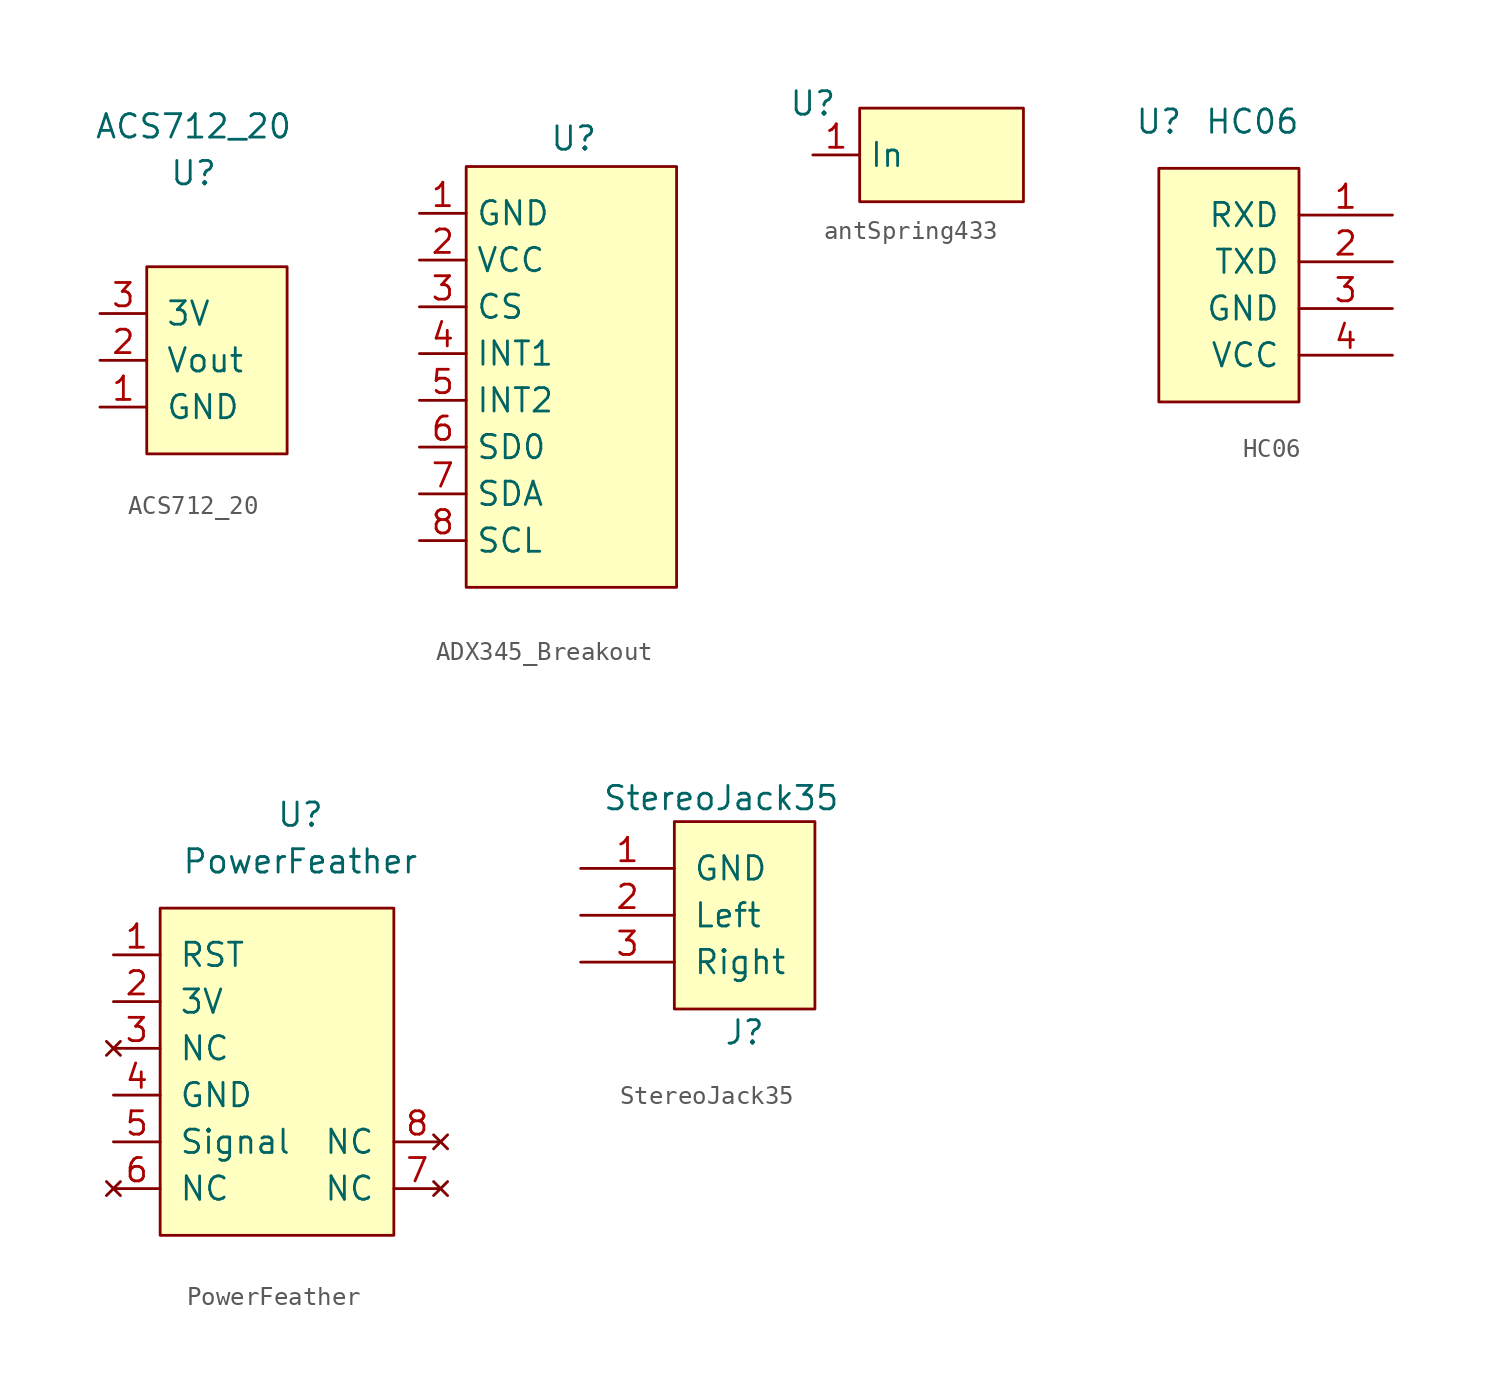
<source format=kicad_sym>
(kicad_symbol_lib
  (version 20231120)
  (generator "kicad_symbol_editor")
  (generator_version "8.0")
  (symbol "ACS712_20"
    (pin_names
      (offset 1.016))
    (property "Reference" "U"
      (at 0 10.16 0)
      (effects (font (size 1.27 1.27))))
    (property "Value" "ACS712_20"
      (at 0 12.7 0)
      (effects (font (size 1.27 1.27))))
    (symbol "ACS712_20_0_1"
      (rectangle (start -2.54 5.08) (end 5.08 -5.08) (stroke (width 0) (type solid)) (fill (type background))))
    (symbol "ACS712_20_1_1"
      (pin power_in line (at -5.08 -2.54 0) (length 2.54) (name "GND" (effects (font (size 1.27 1.27)))) (number "1" (effects (font (size 1.27 1.27)))))
      (pin passive line (at -5.08 0 0) (length 2.54) (name "Vout" (effects (font (size 1.27 1.27)))) (number "2" (effects (font (size 1.27 1.27)))))
      (pin power_in line (at -5.08 2.54 0) (length 2.54) (name "3V" (effects (font (size 1.27 1.27)))) (number "3" (effects (font (size 1.27 1.27)))))))
  (symbol "ADX345_Breakout"
    (property "Reference" "U"
      (at 5.842 1.524 0)
      (effects (font (size 1.27 1.27))))
    (property "Value" ""
      (at 0 0 0)
      (effects (font (size 1.27 1.27))))
    (symbol "ADX345_Breakout_1_1"
      (rectangle (start 0 0) (end 11.43 -22.86) (stroke (width 0) (type default)) (fill (type background)))
      (pin passive line (at -2.54 -2.54 0) (length 2.54) (name "GND" (effects (font (size 1.27 1.27)))) (number "1" (effects (font (size 1.27 1.27)))))
      (pin passive line (at -2.54 -5.08 0) (length 2.54) (name "VCC" (effects (font (size 1.27 1.27)))) (number "2" (effects (font (size 1.27 1.27)))))
      (pin passive line (at -2.54 -7.62 0) (length 2.54) (name "CS" (effects (font (size 1.27 1.27)))) (number "3" (effects (font (size 1.27 1.27)))))
      (pin passive line (at -2.54 -10.16 0) (length 2.54) (name "INT1" (effects (font (size 1.27 1.27)))) (number "4" (effects (font (size 1.27 1.27)))))
      (pin passive line (at -2.54 -12.7 0) (length 2.54) (name "INT2" (effects (font (size 1.27 1.27)))) (number "5" (effects (font (size 1.27 1.27)))))
      (pin passive line (at -2.54 -15.24 0) (length 2.54) (name "SD0" (effects (font (size 1.27 1.27)))) (number "6" (effects (font (size 1.27 1.27)))))
      (pin passive line (at -2.54 -17.78 0) (length 2.54) (name "SDA" (effects (font (size 1.27 1.27)))) (number "7" (effects (font (size 1.27 1.27)))))
      (pin passive line (at -2.54 -20.32 0) (length 2.54) (name "SCL" (effects (font (size 1.27 1.27)))) (number "8" (effects (font (size 1.27 1.27)))))))
  (symbol "antSpring433"
    (property "Reference" "U"
      (at 0 2.794 0)
      (effects (font (size 1.27 1.27))))
    (property "Value" ""
      (at 0 0 0)
      (effects (font (size 1.27 1.27))))
    (symbol "antSpring433_1_1"
      (rectangle (start 2.54 2.54) (end 11.43 -2.54) (stroke (width 0) (type default)) (fill (type background)))
      (pin passive line (at 0 0 0) (length 2.54) (name "In" (effects (font (size 1.27 1.27)))) (number "1" (effects (font (size 1.27 1.27)))))))
  (symbol "HC06"
    (pin_names
      (offset 1.016))
    (property "Reference" "U"
      (at -12.7 5.08 0)
      (effects (font (size 1.27 1.27))))
    (property "Value" "HC06"
      (at -7.62 5.08 0)
      (effects (font (size 1.27 1.27))))
    (symbol "HC06_0_1"
      (rectangle (start -5.08 -10.16) (end -12.7 2.54) (stroke (width 0) (type solid)) (fill (type background))))
    (symbol "HC06_1_1"
      (pin passive line (at 0 0 180) (length 5.08) (name "RXD" (effects (font (size 1.27 1.27)))) (number "1" (effects (font (size 1.27 1.27)))))
      (pin passive line (at 0 -2.54 180) (length 5.08) (name "TXD" (effects (font (size 1.27 1.27)))) (number "2" (effects (font (size 1.27 1.27)))))
      (pin power_in line (at 0 -5.08 180) (length 5.08) (name "GND" (effects (font (size 1.27 1.27)))) (number "3" (effects (font (size 1.27 1.27)))))
      (pin power_in line (at 0 -7.62 180) (length 5.08) (name "VCC" (effects (font (size 1.27 1.27)))) (number "4" (effects (font (size 1.27 1.27)))))))
  (symbol "PowerFeather"
    (pin_names
      (offset 1.016))
    (property "Reference" "U"
      (at 2.54 12.7 0)
      (effects (font (size 1.27 1.27))))
    (property "Value" "PowerFeather"
      (at 2.54 10.16 0)
      (effects (font (size 1.27 1.27))))
    (symbol "PowerFeather_0_1"
      (rectangle (start 7.62 -10.16) (end -5.08 7.62) (stroke (width 0) (type solid)) (fill (type background))))
    (symbol "PowerFeather_1_1"
      (pin passive line (at -7.62 5.08 0) (length 2.54) (name "RST" (effects (font (size 1.27 1.27)))) (number "1" (effects (font (size 1.27 1.27)))))
      (pin power_in line (at -7.62 2.54 0) (length 2.54) (name "3V" (effects (font (size 1.27 1.27)))) (number "2" (effects (font (size 1.27 1.27)))))
      (pin no_connect line (at -7.62 0 0) (length 2.54) (name "NC" (effects (font (size 1.27 1.27)))) (number "3" (effects (font (size 1.27 1.27)))))
      (pin power_in line (at -7.62 -2.54 0) (length 2.54) (name "GND" (effects (font (size 1.27 1.27)))) (number "4" (effects (font (size 1.27 1.27)))))
      (pin passive line (at -7.62 -5.08 0) (length 2.54) (name "Signal" (effects (font (size 1.27 1.27)))) (number "5" (effects (font (size 1.27 1.27)))))
      (pin no_connect line (at -7.62 -7.62 0) (length 2.54) (name "NC" (effects (font (size 1.27 1.27)))) (number "6" (effects (font (size 1.27 1.27)))))
      (pin no_connect line (at 10.16 -7.62 180) (length 2.54) (name "NC" (effects (font (size 1.27 1.27)))) (number "7" (effects (font (size 1.27 1.27)))))
      (pin no_connect line (at 10.16 -5.08 180) (length 2.54) (name "NC" (effects (font (size 1.27 1.27)))) (number "8" (effects (font (size 1.27 1.27)))))))
  (symbol "StereoJack35"
    (pin_names
      (offset 1.016))
    (property "Reference" "J"
      (at 1.27 -6.35 0)
      (effects (font (size 1.27 1.27))))
    (property "Value" "StereoJack35"
      (at 0 6.35 0)
      (effects (font (size 1.27 1.27))))
    (symbol "StereoJack35_0_1"
      (rectangle (start -2.54 5.08) (end 5.08 -5.08) (stroke (width 0) (type solid)) (fill (type background))))
    (symbol "StereoJack35_1_1"
      (pin passive line (at -7.62 2.54 0) (length 5.08) (name "GND" (effects (font (size 1.27 1.27)))) (number "1" (effects (font (size 1.27 1.27)))))
      (pin passive line (at -7.62 0 0) (length 5.08) (name "Left" (effects (font (size 1.27 1.27)))) (number "2" (effects (font (size 1.27 1.27)))))
      (pin passive line (at -7.62 -2.54 0) (length 5.08) (name "Right" (effects (font (size 1.27 1.27)))) (number "3" (effects (font (size 1.27 1.27))))))))
</source>
